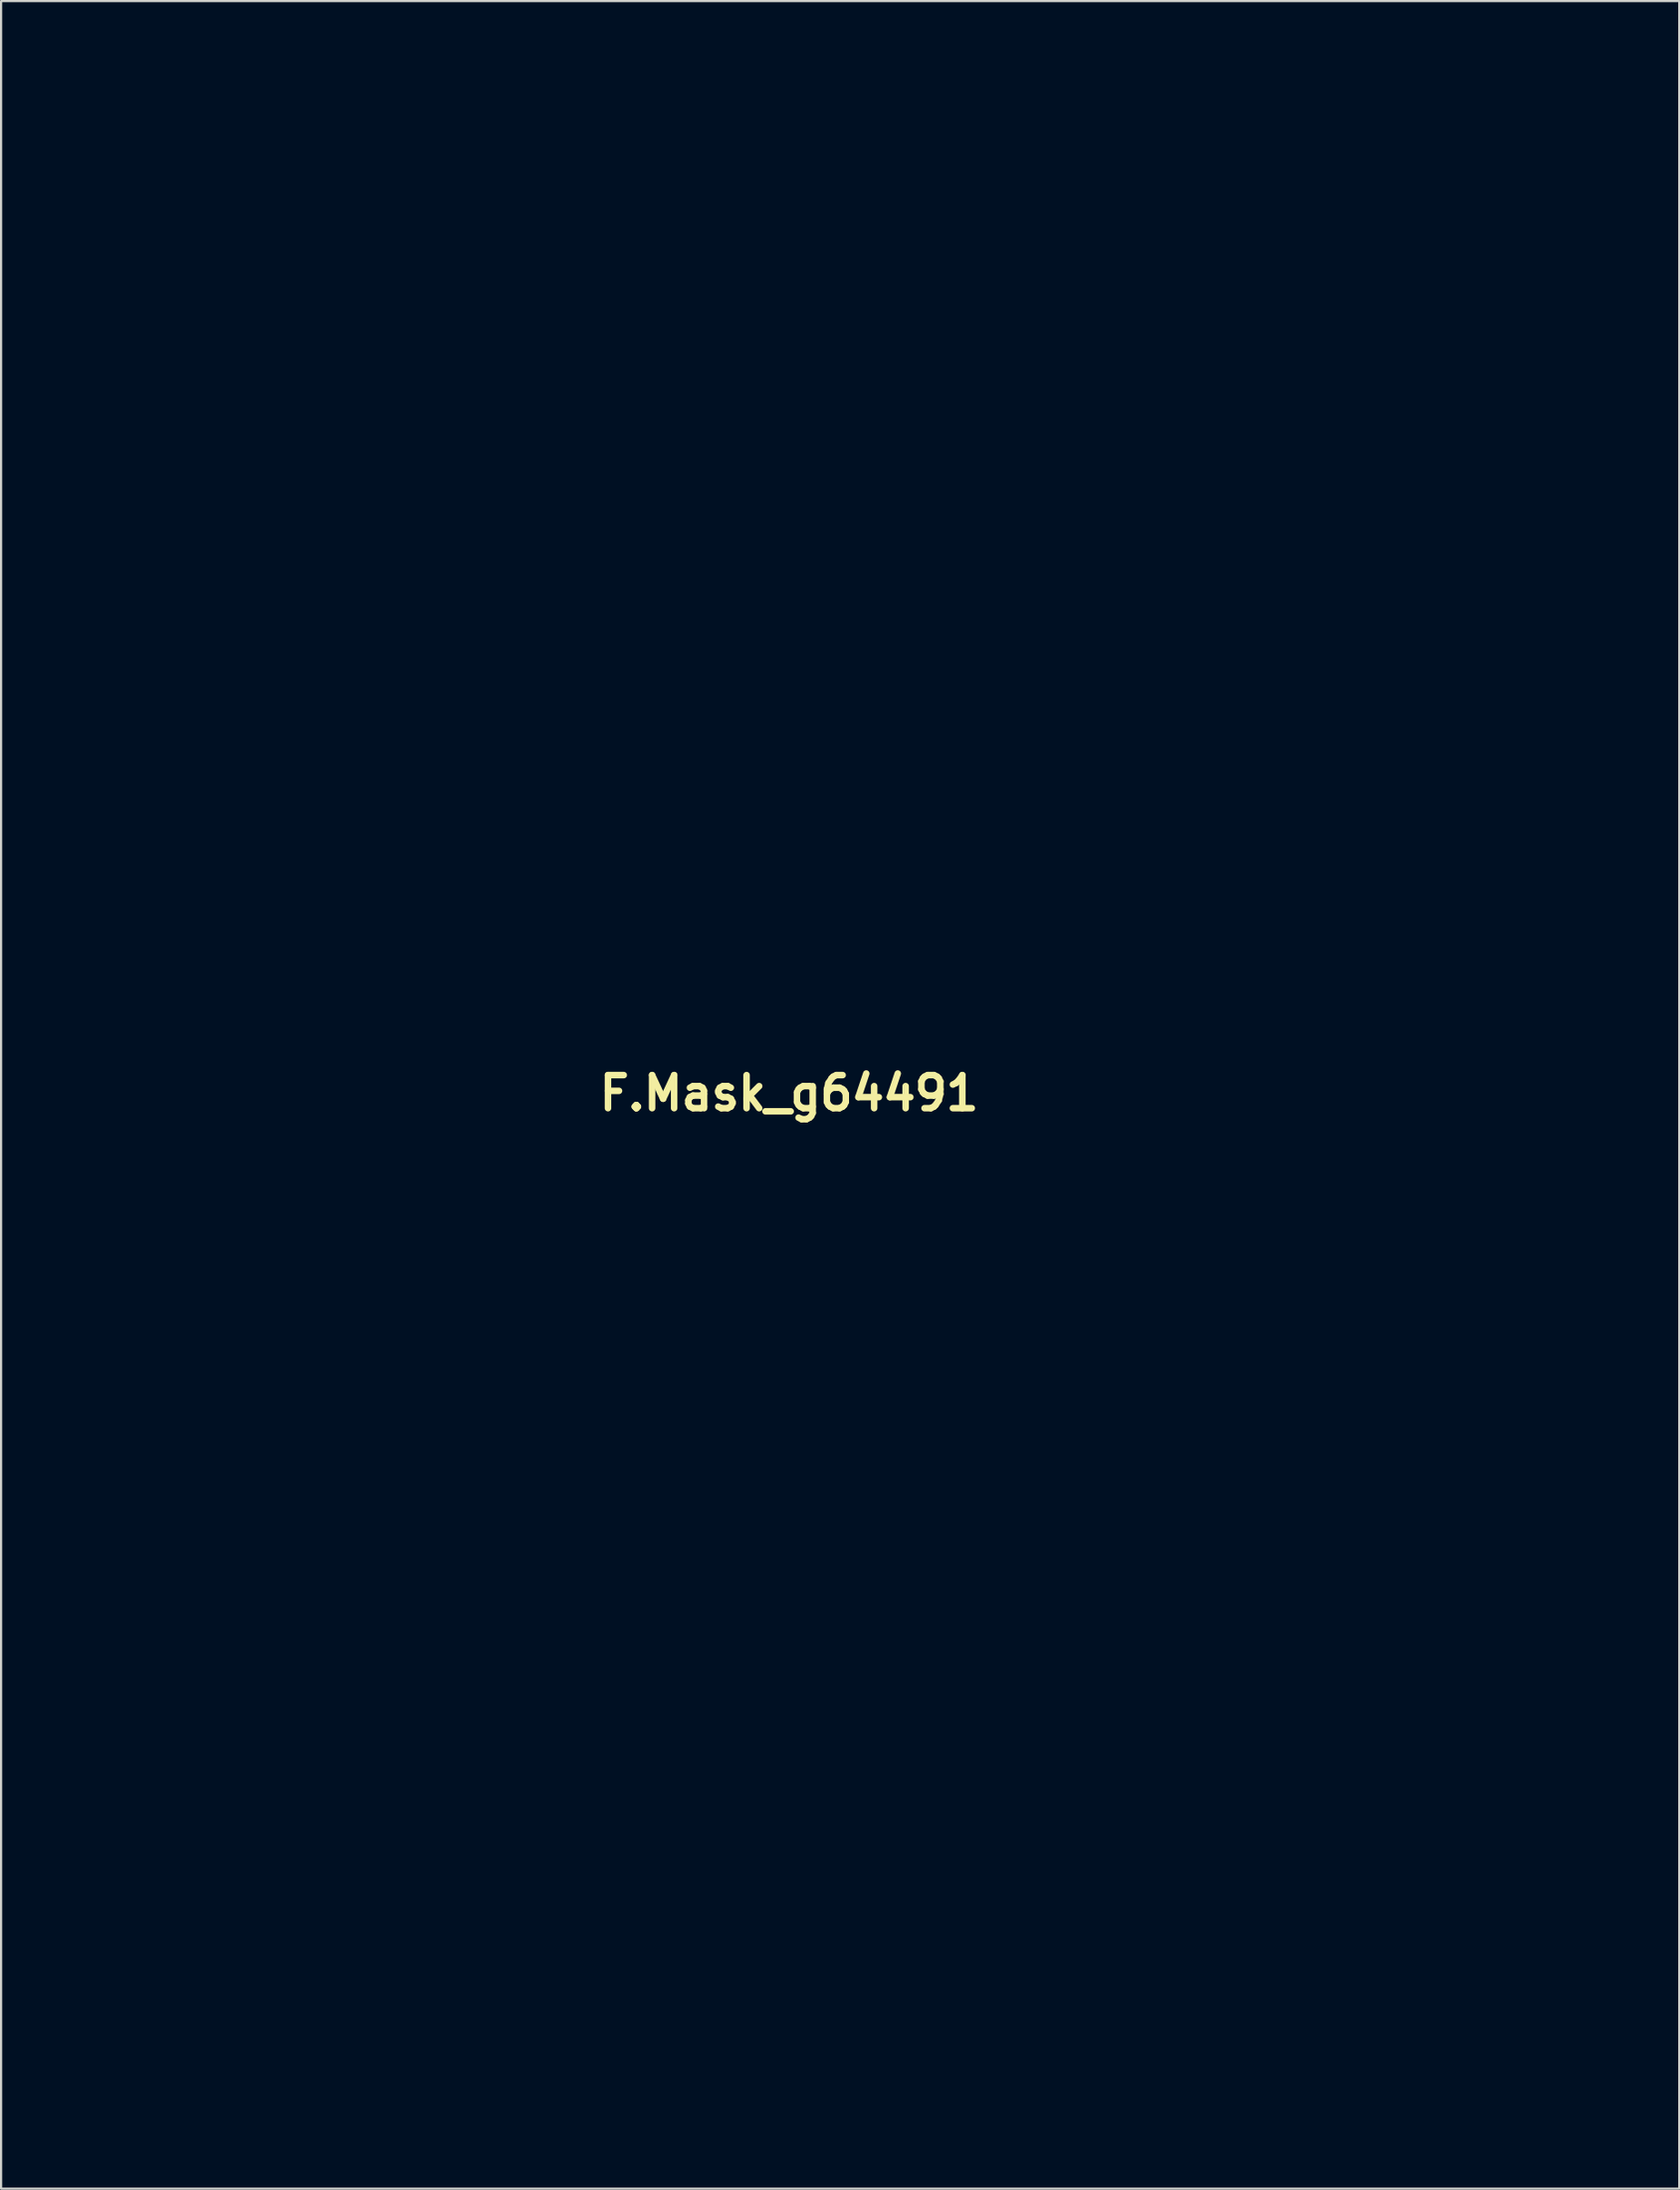
<source format=kicad_pcb>
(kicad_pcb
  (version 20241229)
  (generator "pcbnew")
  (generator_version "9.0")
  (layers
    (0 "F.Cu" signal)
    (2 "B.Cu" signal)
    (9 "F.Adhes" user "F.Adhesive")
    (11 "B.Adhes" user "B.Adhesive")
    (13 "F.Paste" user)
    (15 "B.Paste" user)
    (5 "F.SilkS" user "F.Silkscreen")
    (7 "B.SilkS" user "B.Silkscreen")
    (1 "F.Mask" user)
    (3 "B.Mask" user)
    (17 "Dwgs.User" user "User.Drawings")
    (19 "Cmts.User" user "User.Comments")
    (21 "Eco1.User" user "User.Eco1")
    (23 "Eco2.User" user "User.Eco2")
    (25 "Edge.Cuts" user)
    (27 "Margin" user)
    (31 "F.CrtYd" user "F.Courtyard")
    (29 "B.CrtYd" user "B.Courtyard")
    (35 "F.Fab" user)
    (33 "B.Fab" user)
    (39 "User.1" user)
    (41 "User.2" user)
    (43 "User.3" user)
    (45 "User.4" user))
  (footprint "F.Mask_g64491"
    (layer "F.Cu")
    (at 33.314 47.307)
    (property "Reference" "F.Mask_g64491" (at 0 0 0) (layer "F.SilkS") (effects (font (size 1.524 1.524) (thickness 0.3))))
    (attr through_hole)
    (fp_poly (pts (xy 14.38 8.8) (xy 14.401 8.808) (xy 14.59 8.957) (xy 14.795 9.23) (xy 14.997 9.589) (xy 15.176 9.994) (xy 15.313 10.404) (xy 15.388 10.779) (xy 15.393 10.832) (xy 15.403 11.203) (xy 15.354 11.44) (xy 15.222 11.574) (xy 14.981 11.637) (xy 14.762 11.654) (xy 14.404 11.673) (xy 13.981 11.701) (xy 13.665 11.725) (xy 13.328 11.744) (xy 13.119 11.731) (xy 12.996 11.682) (xy 12.955 11.643) (xy 12.862 11.405) (xy 12.865 11.038) (xy 12.963 10.549) (xy 13.075 10.178) (xy 13.307 9.578) (xy 13.55 9.144) (xy 13.808 8.872) (xy 14.083 8.758) (xy 14.38 8.8)) (stroke (width 0.01) (type solid)) (fill yes) (layer "F.Mask"))
    (fp_poly (pts (xy -10.856 10.536) (xy -10.805 10.652) (xy -10.739 10.89) (xy -10.668 11.204) (xy -10.602 11.547) (xy -10.551 11.875) (xy -10.537 11.986) (xy -10.512 12.22) (xy -10.509 12.382) (xy -10.554 12.478) (xy -10.669 12.516) (xy -10.879 12.504) (xy -11.206 12.448) (xy -11.675 12.356) (xy -11.714 12.348) (xy -12.093 12.265) (xy -12.428 12.174) (xy -12.671 12.091) (xy -12.751 12.052) (xy -12.918 11.855) (xy -12.94 11.607) (xy -12.845 11.398) (xy -12.74 11.323) (xy -12.522 11.207) (xy -12.228 11.065) (xy -11.893 10.914) (xy -11.553 10.77) (xy -11.246 10.648) (xy -11.006 10.563) (xy -10.872 10.532) (xy -10.856 10.536)) (stroke (width 0.01) (type solid)) (fill yes) (layer "F.Mask"))
    (fp_poly (pts (xy -4.377 8.737) (xy -4.024 8.763) (xy -2.987 10.541) (xy -2.7 11.037) (xy -2.442 11.484) (xy -2.227 11.861) (xy -2.066 12.148) (xy -1.971 12.325) (xy -1.949 12.372) (xy -2.026 12.404) (xy -2.229 12.441) (xy -2.518 12.475) (xy -2.561 12.479) (xy -2.947 12.515) (xy -3.339 12.555) (xy -3.614 12.584) (xy -4.053 12.633) (xy -4.136 12.307) (xy -4.184 12.117) (xy -4.262 11.797) (xy -4.364 11.383) (xy -4.48 10.907) (xy -4.572 10.527) (xy -4.712 9.933) (xy -4.806 9.483) (xy -4.851 9.159) (xy -4.846 8.941) (xy -4.788 8.81) (xy -4.675 8.746) (xy -4.506 8.731) (xy -4.377 8.737)) (stroke (width 0.01) (type solid)) (fill yes) (layer "F.Mask"))
    (fp_poly (pts (xy 9.15 8.3) (xy 9.22 8.35) (xy 9.27 8.425) (xy 9.298 8.547) (xy 9.304 8.734) (xy 9.288 9.007) (xy 9.248 9.386) (xy 9.186 9.892) (xy 9.099 10.543) (xy 9.092 10.595) (xy 8.867 12.257) (xy 8.486 12.309) (xy 8.214 12.334) (xy 7.846 12.353) (xy 7.454 12.361) (xy 7.394 12.361) (xy 7.026 12.354) (xy 6.796 12.331) (xy 6.673 12.284) (xy 6.634 12.233) (xy 6.654 12.122) (xy 6.736 11.884) (xy 6.869 11.547) (xy 7.04 11.136) (xy 7.238 10.678) (xy 7.452 10.198) (xy 7.668 9.723) (xy 7.877 9.279) (xy 8.066 8.892) (xy 8.223 8.589) (xy 8.336 8.395) (xy 8.376 8.345) (xy 8.607 8.235) (xy 8.899 8.223) (xy 9.15 8.3)) (stroke (width 0.01) (type solid)) (fill yes) (layer "F.Mask"))
    (fp_poly (pts (xy -6.143 9.131) (xy -6.01 9.213) (xy -5.94 9.284) (xy -5.881 9.389) (xy -5.826 9.551) (xy -5.77 9.794) (xy -5.707 10.143) (xy -5.631 10.619) (xy -5.572 11.012) (xy -5.489 11.577) (xy -5.43 11.998) (xy -5.395 12.298) (xy -5.382 12.501) (xy -5.39 12.628) (xy -5.417 12.705) (xy -5.463 12.754) (xy -5.474 12.762) (xy -5.654 12.826) (xy -5.935 12.86) (xy -6.256 12.864) (xy -6.553 12.839) (xy -6.763 12.783) (xy -6.796 12.764) (xy -6.928 12.607) (xy -7.024 12.419) (xy -7.073 12.181) (xy -7.103 11.821) (xy -7.112 11.389) (xy -7.102 10.932) (xy -7.074 10.498) (xy -7.028 10.133) (xy -6.985 9.943) (xy -6.815 9.523) (xy -6.611 9.242) (xy -6.383 9.108) (xy -6.143 9.131)) (stroke (width 0.01) (type solid)) (fill yes) (layer "F.Mask"))
    (fp_poly (pts (xy 1.687 8.822) (xy 1.95 8.867) (xy 2.065 8.915) (xy 2.191 9.085) (xy 2.311 9.386) (xy 2.42 9.778) (xy 2.511 10.221) (xy 2.576 10.678) (xy 2.609 11.109) (xy 2.604 11.474) (xy 2.554 11.735) (xy 2.55 11.745) (xy 2.443 11.941) (xy 2.291 12.079) (xy 2.066 12.17) (xy 1.735 12.226) (xy 1.271 12.257) (xy 1.179 12.261) (xy 0.764 12.272) (xy 0.484 12.267) (xy 0.304 12.242) (xy 0.191 12.193) (xy 0.142 12.152) (xy 0.052 12.001) (xy 0.01 11.764) (xy 0.016 11.423) (xy 0.072 10.96) (xy 0.177 10.358) (xy 0.214 10.171) (xy 0.32 9.665) (xy 0.419 9.302) (xy 0.529 9.059) (xy 0.67 8.911) (xy 0.863 8.836) (xy 1.126 8.808) (xy 1.348 8.805) (xy 1.687 8.822)) (stroke (width 0.01) (type solid)) (fill yes) (layer "F.Mask"))
    (fp_poly (pts (xy 17.835 45.385) (xy 18.015 45.446) (xy 18.061 45.5) (xy 18.065 45.716) (xy 17.965 45.995) (xy 17.787 46.292) (xy 17.561 46.564) (xy 17.315 46.769) (xy 17.187 46.835) (xy 16.839 46.948) (xy 16.405 47.048) (xy 15.877 47.134) (xy 15.244 47.208) (xy 14.497 47.271) (xy 13.626 47.323) (xy 12.621 47.365) (xy 11.472 47.397) (xy 10.171 47.421) (xy 9.233 47.432) (xy 6.91 47.456) (xy 6.642 47.202) (xy 6.384 46.899) (xy 6.174 46.543) (xy 6.041 46.195) (xy 6.011 45.988) (xy 6.039 45.807) (xy 6.156 45.719) (xy 6.276 45.688) (xy 6.426 45.675) (xy 6.722 45.662) (xy 7.139 45.651) (xy 7.656 45.642) (xy 8.247 45.635) (xy 8.89 45.631) (xy 9.091 45.631) (xy 10.351 45.622) (xy 11.636 45.6) (xy 12.909 45.566) (xy 14.133 45.522) (xy 15.269 45.468) (xy 16.279 45.406) (xy 16.425 45.396) (xy 17.049 45.36) (xy 17.516 45.356) (xy 17.835 45.385)) (stroke (width 0.01) (type solid)) (fill yes) (layer "F.Mask"))
    (fp_poly (pts (xy -13.352 44.83) (xy -13.015 44.863) (xy -12.675 44.907) (xy -12.137 44.972) (xy -11.452 45.039) (xy -10.641 45.108) (xy -9.724 45.176) (xy -8.725 45.241) (xy -7.665 45.303) (xy -6.565 45.361) (xy -5.446 45.411) (xy -4.464 45.45) (xy -3.802 45.474) (xy -3.29 45.499) (xy -2.907 45.531) (xy -2.633 45.576) (xy -2.45 45.642) (xy -2.337 45.735) (xy -2.274 45.861) (xy -2.241 46.028) (xy -2.223 46.206) (xy -2.212 46.484) (xy -2.26 46.675) (xy -2.387 46.858) (xy -2.396 46.869) (xy -2.61 47.117) (xy -4.928 47.142) (xy -5.537 47.147) (xy -6.089 47.149) (xy -6.563 47.147) (xy -6.935 47.143) (xy -7.183 47.136) (xy -7.286 47.126) (xy -7.287 47.125) (xy -7.342 47.107) (xy -7.484 47.083) (xy -7.725 47.053) (xy -8.079 47.016) (xy -8.559 46.969) (xy -9.177 46.911) (xy -9.947 46.842) (xy -10.202 46.819) (xy -11.053 46.732) (xy -11.752 46.635) (xy -12.315 46.521) (xy -12.761 46.386) (xy -13.106 46.225) (xy -13.367 46.031) (xy -13.561 45.801) (xy -13.57 45.787) (xy -13.713 45.503) (xy -13.79 45.217) (xy -13.794 44.978) (xy -13.718 44.832) (xy -13.712 44.829) (xy -13.597 44.818) (xy -13.352 44.83)) (stroke (width 0.01) (type solid)) (fill yes) (layer "F.Mask"))
    (fp_poly (pts (xy -6.299 -8.885) (xy -5.629 -8.489) (xy -5.026 -7.992) (xy -4.473 -7.378) (xy -3.958 -6.631) (xy -3.467 -5.735) (xy -3.341 -5.475) (xy -2.988 -4.663) (xy -2.741 -3.931) (xy -2.588 -3.233) (xy -2.518 -2.528) (xy -2.511 -2.244) (xy -2.522 -1.743) (xy -2.566 -1.28) (xy -2.652 -0.817) (xy -2.789 -0.313) (xy -2.986 0.268) (xy -3.221 0.887) (xy -3.385 1.288) (xy -3.545 1.618) (xy -3.721 1.894) (xy -3.935 2.133) (xy -4.205 2.35) (xy -4.553 2.564) (xy -4.999 2.79) (xy -5.563 3.044) (xy -6.223 3.326) (xy -7.121 3.698) (xy -7.892 4) (xy -8.557 4.242) (xy -9.14 4.429) (xy -9.663 4.57) (xy -10.149 4.673) (xy -10.245 4.69) (xy -10.577 4.737) (xy -10.99 4.78) (xy -11.445 4.817) (xy -11.909 4.847) (xy -12.343 4.867) (xy -12.713 4.875) (xy -12.981 4.869) (xy -13.104 4.851) (xy -13.269 4.705) (xy -13.416 4.41) (xy -13.541 3.984) (xy -13.641 3.448) (xy -13.711 2.82) (xy -13.748 2.12) (xy -13.753 1.693) (xy -13.748 1.21) (xy -13.735 0.815) (xy -13.708 0.465) (xy -13.663 0.115) (xy -13.592 -0.279) (xy -13.492 -0.761) (xy -13.454 -0.932) (xy -12.192 -0.932) (xy -12.114 -0.483) (xy -11.901 -0.038) (xy -11.58 0.36) (xy -11.181 0.668) (xy -11.059 0.733) (xy -10.548 0.888) (xy -9.989 0.898) (xy -9.42 0.767) (xy -9.205 0.678) (xy -8.607 0.306) (xy -8.113 -0.181) (xy -7.733 -0.76) (xy -7.48 -1.404) (xy -7.365 -2.088) (xy -7.4 -2.785) (xy -7.481 -3.147) (xy -7.675 -3.59) (xy -7.973 -4.013) (xy -8.334 -4.367) (xy -8.675 -4.582) (xy -9.166 -4.717) (xy -9.681 -4.701) (xy -10.195 -4.546) (xy -10.685 -4.263) (xy -11.127 -3.864) (xy -11.498 -3.362) (xy -11.636 -3.104) (xy -11.815 -2.666) (xy -11.975 -2.159) (xy -12.101 -1.643) (xy -12.177 -1.179) (xy -12.192 -0.932) (xy -13.454 -0.932) (xy -13.399 -1.185) (xy -13.272 -1.761) (xy -13.144 -2.357) (xy -13.024 -2.924) (xy -12.923 -3.411) (xy -12.869 -3.683) (xy -12.709 -4.398) (xy -12.513 -5.108) (xy -12.294 -5.773) (xy -12.064 -6.354) (xy -11.838 -6.812) (xy -11.806 -6.867) (xy -11.33 -7.492) (xy -10.735 -7.997) (xy -10.021 -8.382) (xy -10.011 -8.386) (xy -9.238 -8.694) (xy -8.581 -8.923) (xy -8.009 -9.082) (xy -7.634 -9.159) (xy -7.052 -9.259) (xy -6.299 -8.885)) (stroke (width 0.01) (type solid)) (fill yes) (layer "F.Mask"))
    (fp_poly (pts (xy 10.526 -10.578) (xy 10.986 -10.563) (xy 11.049 -10.561) (xy 11.797 -10.514) (xy 12.417 -10.424) (xy 12.948 -10.283) (xy 13.427 -10.078) (xy 13.892 -9.8) (xy 13.923 -9.779) (xy 14.435 -9.343) (xy 14.924 -8.763) (xy 15.378 -8.066) (xy 15.786 -7.278) (xy 16.138 -6.422) (xy 16.421 -5.526) (xy 16.626 -4.615) (xy 16.742 -3.714) (xy 16.763 -3.161) (xy 16.737 -2.609) (xy 16.664 -1.936) (xy 16.551 -1.181) (xy 16.404 -0.383) (xy 16.231 0.418) (xy 16.04 1.185) (xy 15.838 1.876) (xy 15.823 1.922) (xy 15.614 2.372) (xy 15.289 2.766) (xy 14.835 3.116) (xy 14.238 3.434) (xy 13.677 3.661) (xy 13.358 3.77) (xy 13.073 3.844) (xy 12.77 3.893) (xy 12.399 3.924) (xy 11.91 3.945) (xy 11.896 3.946) (xy 11.385 3.957) (xy 10.996 3.95) (xy 10.68 3.922) (xy 10.39 3.867) (xy 10.202 3.82) (xy 9.031 3.439) (xy 8.005 2.98) (xy 7.119 2.439) (xy 6.368 1.812) (xy 5.953 1.361) (xy 5.635 0.929) (xy 5.31 0.404) (xy 4.998 -0.174) (xy 4.72 -0.762) (xy 4.497 -1.318) (xy 4.349 -1.799) (xy 4.317 -1.954) (xy 4.259 -2.512) (xy 4.254 -3.135) (xy 4.29 -3.643) (xy 9.313 -3.643) (xy 9.39 -2.883) (xy 9.61 -2.158) (xy 9.955 -1.49) (xy 10.411 -0.901) (xy 10.96 -0.413) (xy 11.586 -0.049) (xy 12.098 0.13) (xy 12.413 0.19) (xy 12.664 0.171) (xy 12.897 0.057) (xy 13.155 -0.169) (xy 13.336 -0.362) (xy 13.637 -0.708) (xy 13.857 -1.007) (xy 14.009 -1.297) (xy 14.105 -1.615) (xy 14.157 -1.999) (xy 14.178 -2.488) (xy 14.182 -2.921) (xy 14.182 -4.191) (xy 13.876 -4.826) (xy 13.497 -5.501) (xy 13.066 -6.068) (xy 12.606 -6.502) (xy 12.474 -6.596) (xy 12.087 -6.815) (xy 11.752 -6.907) (xy 11.416 -6.879) (xy 11.1 -6.769) (xy 10.638 -6.485) (xy 10.217 -6.067) (xy 9.856 -5.545) (xy 9.572 -4.952) (xy 9.386 -4.32) (xy 9.314 -3.682) (xy 9.313 -3.643) (xy 4.29 -3.643) (xy 4.299 -3.762) (xy 4.388 -4.331) (xy 4.486 -4.694) (xy 4.608 -5) (xy 4.798 -5.416) (xy 5.038 -5.911) (xy 5.311 -6.448) (xy 5.599 -6.993) (xy 5.885 -7.513) (xy 6.149 -7.973) (xy 6.312 -8.238) (xy 6.485 -8.505) (xy 6.637 -8.709) (xy 6.799 -8.88) (xy 7.004 -9.045) (xy 7.284 -9.235) (xy 7.67 -9.477) (xy 7.758 -9.531) (xy 8.184 -9.785) (xy 8.612 -10.026) (xy 8.996 -10.229) (xy 9.291 -10.37) (xy 9.325 -10.384) (xy 9.549 -10.471) (xy 9.742 -10.53) (xy 9.943 -10.565) (xy 10.191 -10.579) (xy 10.526 -10.578)) (stroke (width 0.01) (type solid)) (fill yes) (layer "F.Mask"))
    (fp_poly (pts (xy 31.336 -26.857) (xy 31.481 -26.832) (xy 31.547 -26.785) (xy 31.561 -26.748) (xy 31.52 -26.595) (xy 31.366 -26.34) (xy 31.11 -25.996) (xy 30.763 -25.576) (xy 30.338 -25.092) (xy 29.845 -24.556) (xy 29.296 -23.982) (xy 28.701 -23.382) (xy 28.074 -22.77) (xy 27.528 -22.254) (xy 27.072 -21.827) (xy 26.633 -21.413) (xy 26.234 -21.035) (xy 25.899 -20.714) (xy 25.649 -20.471) (xy 25.54 -20.362) (xy 25.252 -20.053) (xy 24.952 -19.709) (xy 24.664 -19.358) (xy 24.407 -19.028) (xy 24.205 -18.746) (xy 24.078 -18.54) (xy 24.045 -18.451) (xy 24.095 -18.287) (xy 24.211 -18.101) (xy 24.319 -17.99) (xy 24.462 -17.919) (xy 24.683 -17.874) (xy 25.028 -17.84) (xy 25.036 -17.839) (xy 25.465 -17.786) (xy 25.929 -17.698) (xy 26.289 -17.605) (xy 26.614 -17.492) (xy 26.977 -17.345) (xy 27.345 -17.181) (xy 27.684 -17.016) (xy 27.96 -16.867) (xy 28.141 -16.748) (xy 28.194 -16.685) (xy 28.121 -16.621) (xy 27.925 -16.515) (xy 27.642 -16.387) (xy 27.495 -16.326) (xy 26.836 -16.046) (xy 26.341 -15.803) (xy 26.008 -15.594) (xy 25.838 -15.417) (xy 25.828 -15.27) (xy 25.978 -15.152) (xy 26.287 -15.06) (xy 26.754 -14.993) (xy 26.805 -14.987) (xy 27.26 -14.938) (xy 27.654 -14.879) (xy 28.027 -14.798) (xy 28.42 -14.687) (xy 28.875 -14.534) (xy 29.433 -14.327) (xy 29.632 -14.252) (xy 30.929 -13.714) (xy 32.074 -13.156) (xy 33.061 -12.579) (xy 33.888 -11.986) (xy 34.549 -11.379) (xy 34.551 -11.377) (xy 34.751 -11.151) (xy 35.016 -10.832) (xy 35.33 -10.439) (xy 35.68 -9.993) (xy 36.05 -9.511) (xy 36.427 -9.015) (xy 36.795 -8.523) (xy 37.14 -8.055) (xy 37.447 -7.63) (xy 37.702 -7.268) (xy 37.89 -6.989) (xy 37.997 -6.81) (xy 38.015 -6.76) (xy 37.95 -6.71) (xy 37.867 -6.72) (xy 37.725 -6.751) (xy 37.458 -6.8) (xy 37.108 -6.86) (xy 36.83 -6.905) (xy 36.52 -6.949) (xy 36.183 -6.983) (xy 35.795 -7.008) (xy 35.331 -7.026) (xy 34.768 -7.037) (xy 34.082 -7.041) (xy 33.289 -7.041) (xy 32.537 -7.039) (xy 31.935 -7.034) (xy 31.463 -7.027) (xy 31.103 -7.015) (xy 30.833 -6.998) (xy 30.636 -6.975) (xy 30.491 -6.945) (xy 30.379 -6.907) (xy 30.325 -6.883) (xy 30.121 -6.751) (xy 29.998 -6.61) (xy 29.986 -6.576) (xy 30.035 -6.443) (xy 30.211 -6.203) (xy 30.516 -5.856) (xy 30.877 -5.476) (xy 31.96 -4.257) (xy 32.988 -2.883) (xy 33.956 -1.362) (xy 34.532 -0.333) (xy 34.731 0.057) (xy 34.933 0.478) (xy 35.121 0.897) (xy 35.283 1.28) (xy 35.404 1.594) (xy 35.468 1.805) (xy 35.475 1.856) (xy 35.471 1.901) (xy 35.445 1.926) (xy 35.376 1.922) (xy 35.243 1.883) (xy 35.025 1.803) (xy 34.702 1.675) (xy 34.251 1.492) (xy 34.01 1.394) (xy 32.934 0.974) (xy 31.963 0.639) (xy 31.061 0.379) (xy 30.191 0.186) (xy 29.318 0.05) (xy 28.405 -0.037) (xy 28.21 -0.049) (xy 27.719 -0.089) (xy 27.368 -0.14) (xy 27.169 -0.199) (xy 27.14 -0.22) (xy 27.071 -0.337) (xy 27.003 -0.556) (xy 26.936 -0.889) (xy 26.866 -1.347) (xy 26.793 -1.943) (xy 26.714 -2.689) (xy 26.663 -3.216) (xy 26.546 -4.341) (xy 26.424 -5.308) (xy 26.294 -6.129) (xy 26.155 -6.815) (xy 26.004 -7.378) (xy 25.838 -7.83) (xy 25.712 -8.087) (xy 25.563 -8.309) (xy 25.407 -8.417) (xy 25.229 -8.452) (xy 25.006 -8.492) (xy 24.858 -8.555) (xy 24.85 -8.561) (xy 24.818 -8.678) (xy 24.797 -8.94) (xy 24.789 -9.324) (xy 24.795 -9.804) (xy 24.803 -10.296) (xy 24.799 -10.658) (xy 24.778 -10.929) (xy 24.738 -11.148) (xy 24.674 -11.354) (xy 24.652 -11.413) (xy 24.513 -11.709) (xy 24.288 -12.107) (xy 23.994 -12.578) (xy 23.652 -13.094) (xy 23.281 -13.625) (xy 22.899 -14.142) (xy 22.638 -14.478) (xy 22.293 -14.885) (xy 21.848 -15.374) (xy 21.332 -15.915) (xy 20.773 -16.479) (xy 20.2 -17.039) (xy 19.641 -17.566) (xy 19.127 -18.03) (xy 18.685 -18.404) (xy 18.672 -18.415) (xy 18.176 -18.82) (xy 17.807 -19.138) (xy 17.555 -19.379) (xy 17.409 -19.554) (xy 17.357 -19.673) (xy 17.357 -19.682) (xy 17.406 -19.779) (xy 17.543 -19.988) (xy 17.753 -20.289) (xy 18.021 -20.659) (xy 18.332 -21.078) (xy 18.436 -21.217) (xy 18.918 -21.841) (xy 19.342 -22.353) (xy 19.74 -22.783) (xy 20.144 -23.161) (xy 20.587 -23.516) (xy 21.101 -23.881) (xy 21.717 -24.282) (xy 22.408 -24.711) (xy 23.009 -25.055) (xy 23.562 -25.335) (xy 24.109 -25.572) (xy 24.692 -25.786) (xy 25.084 -25.914) (xy 26.632 -26.34) (xy 28.175 -26.635) (xy 29.765 -26.808) (xy 30.689 -26.855) (xy 31.082 -26.864) (xy 31.336 -26.857)) (stroke (width 0.01) (type solid)) (fill yes) (layer "F.Mask"))
    (fp_poly (pts (xy -1.064 -47.29) (xy -0.844 -47.226) (xy -0.525 -47.119) (xy -0.137 -46.98) (xy 0.293 -46.821) (xy 0.734 -46.651) (xy 1.158 -46.481) (xy 1.536 -46.322) (xy 1.568 -46.308) (xy 2.168 -46.03) (xy 2.865 -45.685) (xy 3.614 -45.297) (xy 4.368 -44.889) (xy 5.082 -44.485) (xy 5.65 -44.147) (xy 6.619 -43.529) (xy 7.482 -42.918) (xy 8.297 -42.276) (xy 8.669 -41.96) (xy 8.924 -41.741) (xy 9.287 -41.431) (xy 9.735 -41.052) (xy 10.245 -40.62) (xy 10.796 -40.156) (xy 11.365 -39.678) (xy 11.684 -39.41) (xy 12.669 -38.58) (xy 13.523 -37.851) (xy 14.248 -37.22) (xy 14.848 -36.686) (xy 15.324 -36.246) (xy 15.68 -35.897) (xy 15.822 -35.747) (xy 16.104 -35.377) (xy 16.328 -34.934) (xy 16.508 -34.387) (xy 16.655 -33.707) (xy 16.672 -33.608) (xy 16.755 -33.095) (xy 16.825 -32.593) (xy 16.885 -32.081) (xy 16.934 -31.539) (xy 16.975 -30.946) (xy 17.009 -30.282) (xy 17.036 -29.526) (xy 17.059 -28.658) (xy 17.079 -27.656) (xy 17.092 -26.783) (xy 17.105 -25.879) (xy 17.116 -25.129) (xy 17.127 -24.517) (xy 17.138 -24.028) (xy 17.151 -23.647) (xy 17.166 -23.356) (xy 17.185 -23.142) (xy 17.208 -22.989) (xy 17.235 -22.88) (xy 17.269 -22.801) (xy 17.31 -22.736) (xy 17.335 -22.701) (xy 17.46 -22.511) (xy 17.524 -22.37) (xy 17.526 -22.354) (xy 17.475 -22.253) (xy 17.338 -22.058) (xy 17.142 -21.8) (xy 16.913 -21.512) (xy 16.678 -21.227) (xy 16.463 -20.977) (xy 16.293 -20.795) (xy 16.203 -20.716) (xy 16.101 -20.695) (xy 15.93 -20.716) (xy 15.675 -20.785) (xy 15.321 -20.907) (xy 14.851 -21.088) (xy 14.252 -21.332) (xy 13.885 -21.485) (xy 12.922 -21.876) (xy 12.047 -22.2) (xy 11.223 -22.464) (xy 10.416 -22.678) (xy 9.59 -22.849) (xy 8.709 -22.985) (xy 7.738 -23.096) (xy 6.639 -23.188) (xy 6.409 -23.204) (xy 5.754 -23.239) (xy 5.007 -23.261) (xy 4.199 -23.27) (xy 3.362 -23.268) (xy 2.527 -23.255) (xy 1.724 -23.23) (xy 0.985 -23.196) (xy 0.341 -23.152) (xy -0.177 -23.099) (xy -0.339 -23.076) (xy -1.719 -22.813) (xy -3.088 -22.465) (xy -4.416 -22.043) (xy -5.678 -21.557) (xy -6.846 -21.018) (xy -7.891 -20.434) (xy -8.513 -20.022) (xy -9.372 -19.362) (xy -10.215 -18.628) (xy -11.01 -17.85) (xy -11.728 -17.06) (xy -12.339 -16.288) (xy -12.622 -15.875) (xy -13.205 -14.969) (xy -13.701 -14.196) (xy -14.117 -13.545) (xy -14.457 -13.008) (xy -14.729 -12.575) (xy -14.938 -12.236) (xy -15.091 -11.982) (xy -15.192 -11.804) (xy -15.248 -11.691) (xy -15.258 -11.666) (xy -15.371 -11.48) (xy -15.502 -11.385) (xy -15.683 -11.257) (xy -15.813 -10.994) (xy -15.899 -10.587) (xy -15.935 -10.178) (xy -15.964 -9.843) (xy -16.005 -9.571) (xy -16.05 -9.407) (xy -16.064 -9.387) (xy -16.192 -9.344) (xy -16.441 -9.366) (xy -16.621 -9.402) (xy -16.973 -9.443) (xy -17.451 -9.434) (xy -18.065 -9.376) (xy -18.825 -9.267) (xy -19.367 -9.174) (xy -19.56 -9.162) (xy -19.642 -9.205) (xy -19.643 -9.209) (xy -19.577 -9.331) (xy -19.406 -9.507) (xy -19.17 -9.706) (xy -18.909 -9.893) (xy -18.663 -10.036) (xy -18.599 -10.065) (xy -18.362 -10.153) (xy -18.018 -10.268) (xy -17.624 -10.391) (xy -17.412 -10.454) (xy -16.967 -10.596) (xy -16.669 -10.73) (xy -16.498 -10.874) (xy -16.432 -11.046) (xy -16.451 -11.264) (xy -16.46 -11.303) (xy -16.54 -11.457) (xy -16.71 -11.595) (xy -16.985 -11.723) (xy -17.385 -11.848) (xy -17.927 -11.979) (xy -18.288 -12.054) (xy -19.418 -12.281) (xy -20.399 -12.475) (xy -21.248 -12.639) (xy -21.981 -12.776) (xy -22.614 -12.888) (xy -23.165 -12.98) (xy -23.65 -13.054) (xy -24.085 -13.112) (xy -24.487 -13.157) (xy -24.663 -13.175) (xy -25.258 -13.237) (xy -25.916 -13.317) (xy -26.566 -13.404) (xy -27.134 -13.49) (xy -27.234 -13.506) (xy -27.696 -13.591) (xy -28.268 -13.708) (xy -28.918 -13.848) (xy -29.613 -14.005) (xy -30.321 -14.17) (xy -31.011 -14.337) (xy -31.649 -14.497) (xy -32.205 -14.643) (xy -32.644 -14.767) (xy -32.833 -14.826) (xy -33.088 -14.914) (xy -33.245 -14.997) (xy -33.309 -15.106) (xy -33.283 -15.27) (xy -33.171 -15.522) (xy -32.975 -15.89) (xy -32.96 -15.917) (xy -32.763 -16.262) (xy -32.549 -16.583) (xy -32.296 -16.909) (xy -31.98 -17.269) (xy -31.577 -17.691) (xy -31.221 -18.05) (xy -30.533 -18.712) (xy -29.82 -19.361) (xy -29.107 -19.973) (xy -28.42 -20.529) (xy -27.783 -21.007) (xy -27.223 -21.386) (xy -27.043 -21.496) (xy -26.566 -21.776) (xy -26.025 -22.095) (xy -25.498 -22.406) (xy -25.203 -22.58) (xy -24.358 -23.068) (xy -23.472 -23.556) (xy -22.57 -24.032) (xy -21.675 -24.484) (xy -20.813 -24.901) (xy -20.008 -25.27) (xy -19.283 -25.58) (xy -18.664 -25.818) (xy -18.373 -25.916) (xy -17.674 -26.088) (xy -16.819 -26.215) (xy -15.815 -26.298) (xy -14.672 -26.335) (xy -14.478 -26.336) (xy -13.789 -26.345) (xy -13.251 -26.365) (xy -12.847 -26.401) (xy -12.558 -26.455) (xy -12.368 -26.531) (xy -12.258 -26.633) (xy -12.21 -26.764) (xy -12.207 -26.782) (xy -12.215 -26.912) (xy -12.277 -27.052) (xy -12.409 -27.216) (xy -12.625 -27.418) (xy -12.94 -27.672) (xy -13.369 -27.992) (xy -13.863 -28.347) (xy -15.148 -29.222) (xy -16.479 -30.055) (xy -17.825 -30.83) (xy -19.153 -31.527) (xy -20.434 -32.132) (xy -21.635 -32.626) (xy -21.649 -32.631) (xy -23.692 -33.311) (xy -25.777 -33.837) (xy -27.886 -34.205) (xy -30 -34.411) (xy -31.559 -34.459) (xy -31.9 -34.466) (xy -32.166 -34.485) (xy -32.319 -34.513) (xy -32.343 -34.53) (xy -32.284 -34.644) (xy -32.124 -34.842) (xy -31.892 -35.097) (xy -31.614 -35.379) (xy -31.318 -35.662) (xy -31.03 -35.917) (xy -30.827 -36.081) (xy -30.353 -36.397) (xy -29.737 -36.739) (xy -29.002 -37.096) (xy -28.17 -37.459) (xy -27.265 -37.817) (xy -26.31 -38.159) (xy -26.035 -38.251) (xy -25.536 -38.401) (xy -24.903 -38.565) (xy -24.171 -38.737) (xy -23.374 -38.91) (xy -22.546 -39.077) (xy -21.722 -39.23) (xy -20.935 -39.362) (xy -20.489 -39.428) (xy -20.008 -39.48) (xy -19.392 -39.522) (xy -18.673 -39.553) (xy -17.887 -39.574) (xy -17.065 -39.583) (xy -16.242 -39.582) (xy -15.452 -39.569) (xy -14.727 -39.545) (xy -14.102 -39.509) (xy -13.674 -39.469) (xy -11.857 -39.204) (xy -10.082 -38.845) (xy -8.363 -38.399) (xy -6.716 -37.873) (xy -5.155 -37.27) (xy -3.695 -36.599) (xy -2.352 -35.863) (xy -1.14 -35.07) (xy -0.074 -34.225) (xy 0.036 -34.127) (xy 0.5 -33.717) (xy 0.867 -33.413) (xy 1.157 -33.202) (xy 1.391 -33.07) (xy 1.592 -33.002) (xy 1.754 -32.986) (xy 2.064 -33.046) (xy 2.26 -33.228) (xy 2.345 -33.536) (xy 2.335 -33.866) (xy 2.301 -34.095) (xy 2.239 -34.462) (xy 2.153 -34.944) (xy 2.049 -35.512) (xy 1.931 -36.14) (xy 1.804 -36.803) (xy 1.674 -37.474) (xy 1.545 -38.126) (xy 1.423 -38.734) (xy 1.313 -39.271) (xy 1.219 -39.709) (xy 0.887 -41.12) (xy 0.518 -42.502) (xy 0.122 -43.825) (xy -0.291 -45.058) (xy -0.712 -46.171) (xy -0.966 -46.77) (xy -1.075 -47.031) (xy -1.143 -47.223) (xy -1.156 -47.302) (xy -1.064 -47.29)) (stroke (width 0.01) (type solid)) (fill yes) (layer "F.Mask")))
  (gr_rect
    (start -3 -3)
    (end 74.335 97.768)
    (stroke (width 0.1) (type default))
    (fill no)
    (layer "Edge.Cuts")))
</source>
